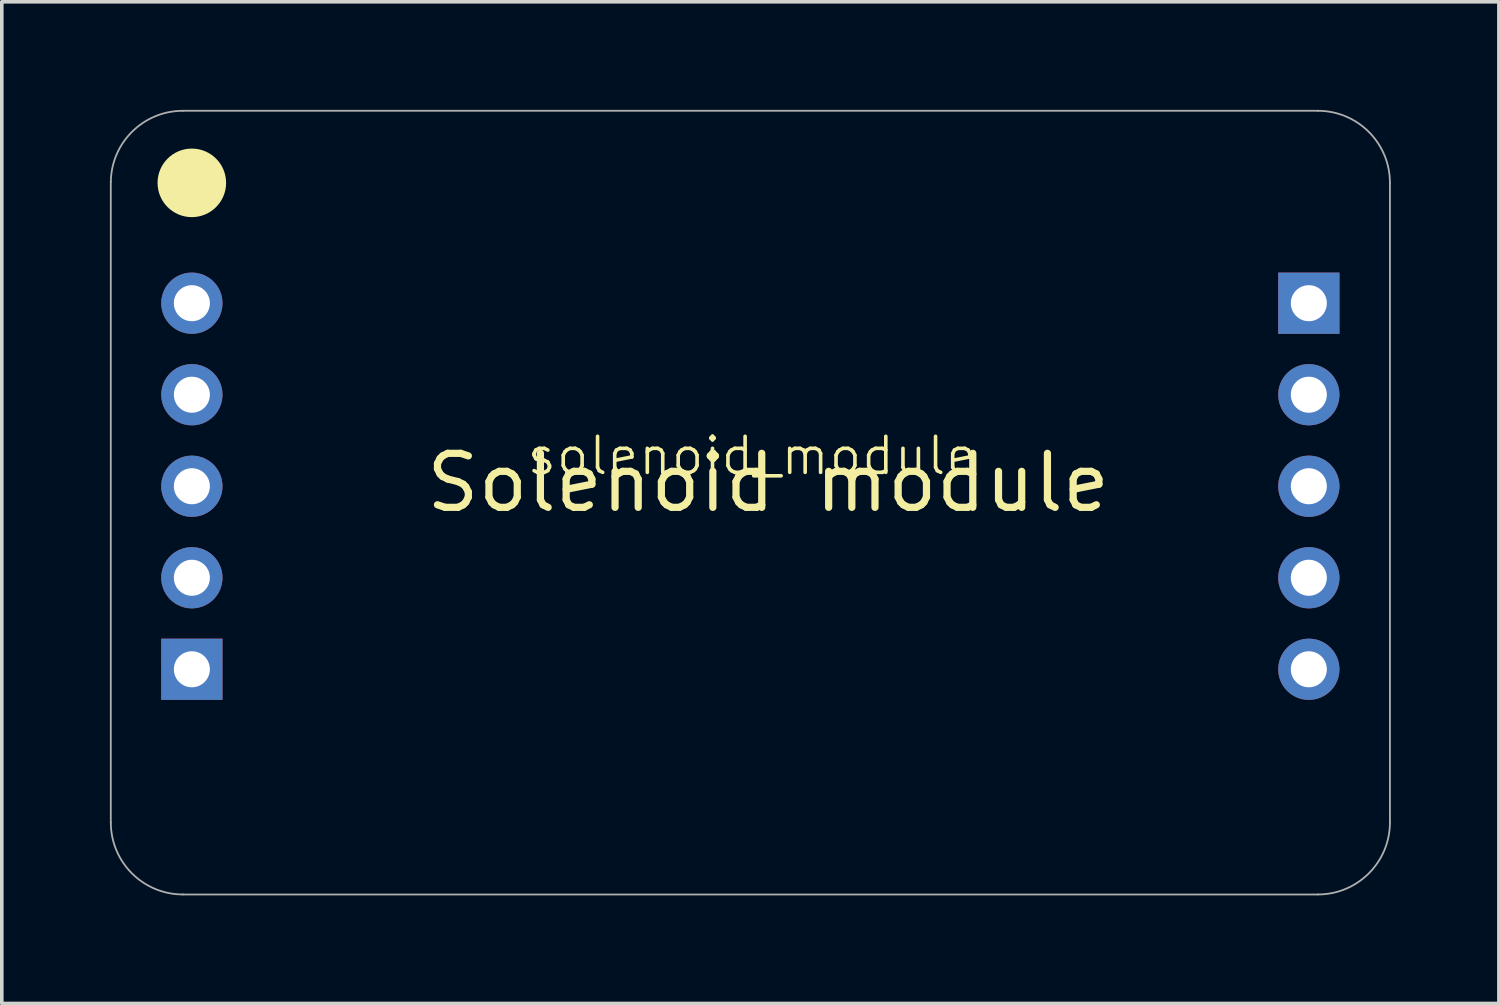
<source format=kicad_pcb>
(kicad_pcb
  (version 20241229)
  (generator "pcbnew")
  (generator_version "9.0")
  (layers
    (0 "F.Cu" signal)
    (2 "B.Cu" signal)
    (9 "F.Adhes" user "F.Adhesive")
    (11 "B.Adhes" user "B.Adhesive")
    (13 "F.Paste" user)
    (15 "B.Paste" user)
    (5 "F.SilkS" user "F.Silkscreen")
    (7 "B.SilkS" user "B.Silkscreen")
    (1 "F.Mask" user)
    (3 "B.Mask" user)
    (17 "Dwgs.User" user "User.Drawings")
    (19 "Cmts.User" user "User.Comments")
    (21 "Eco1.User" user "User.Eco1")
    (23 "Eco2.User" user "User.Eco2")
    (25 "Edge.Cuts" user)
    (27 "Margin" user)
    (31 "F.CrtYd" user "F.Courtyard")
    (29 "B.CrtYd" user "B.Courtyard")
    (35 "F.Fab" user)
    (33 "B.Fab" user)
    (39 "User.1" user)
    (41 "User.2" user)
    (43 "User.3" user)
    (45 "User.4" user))
  (footprint "solenoid_module"
    (layer "F.Cu")
    (at 17.82 10.102)
    (property "Reference" "solenoid_module" (at 0 -0.5 0) (unlocked yes) (layer "F.SilkS") (effects (font (size 1 1) (thickness 0.1))))
    (attr smd)
    (fp_circle (center -15.546 -8.077) (end -14.696 -7.777) (stroke (width 0.1) (type solid)) (fill yes) (layer "F.SilkS"))
    (fp_line (start -17.795 9.673) (end -17.795 -8.102) (stroke (width 0.05) (type solid)) (layer "F.Fab"))
    (fp_line (start -15.795 -10.077) (end 15.706 -10.077) (stroke (width 0.05) (type solid)) (layer "F.Fab"))
    (fp_line (start 15.706 11.673) (end -15.795 11.673) (stroke (width 0.05) (type solid)) (layer "F.Fab"))
    (fp_line (start 17.706 -8.077) (end 17.706 9.673) (stroke (width 0.05) (type solid)) (layer "F.Fab"))
    (fp_arc (start -17.794536 -8.101852) (mid -17.2 -9.5) (end -15.794536 -10.077028) (stroke (width 0.05) (type solid)) (layer "F.Fab"))
    (fp_arc (start -15.794536 11.672816) (mid -17.20875 11.08703) (end -17.794536 9.672816) (stroke (width 0.05) (type solid)) (layer "F.Fab"))
    (fp_arc (start 15.70562 -10.077184) (mid 17.119944 -9.491352) (end 17.705776 -8.077028) (stroke (width 0.05) (type solid)) (layer "F.Fab"))
    (fp_arc (start 17.705776 9.672972) (mid 17.119944 11.087296) (end 15.70562 11.673128) (stroke (width 0.05) (type solid)) (layer "F.Fab"))
    (fp_text user "Solenoid module" (at -9.146 1.123 0) (unlocked yes) (layer "F.SilkS") (effects (font (size 1.5 1.5) (thickness 0.2) (bold yes)) (justify left bottom)))
    (pad "1" thru_hole circle (at -15.545 -4.737) (size 1.7 1.7) (drill 1) (layers "*.Cu" "*.Mask"))
    (pad "2" thru_hole circle (at -15.545 -2.197) (size 1.7 1.7) (drill 1) (layers "*.Cu" "*.Mask"))
    (pad "3" thru_hole circle (at -15.545 0.343) (size 1.7 1.7) (drill 1) (layers "*.Cu" "*.Mask"))
    (pad "4" thru_hole circle (at -15.545 2.883) (size 1.7 1.7) (drill 1) (layers "*.Cu" "*.Mask"))
    (pad "5" thru_hole rect (at -15.545 5.423) (size 1.7 1.7) (drill 1) (layers "*.Cu" "*.Mask"))
    (pad "6" thru_hole circle (at 15.455 5.423 180) (size 1.7 1.7) (drill 1) (layers "*.Cu" "*.Mask"))
    (pad "7" thru_hole circle (at 15.455 2.883 180) (size 1.7 1.7) (drill 1) (layers "*.Cu" "*.Mask"))
    (pad "8" thru_hole circle (at 15.455 0.343 180) (size 1.7 1.7) (drill 1) (layers "*.Cu" "*.Mask"))
    (pad "9" thru_hole circle (at 15.455 -2.197 180) (size 1.7 1.7) (drill 1) (layers "*.Cu" "*.Mask"))
    (pad "10" thru_hole rect (at 15.455 -4.737 180) (size 1.7 1.7) (drill 1) (layers "*.Cu" "*.Mask")))
  (gr_rect
    (start -3 -3)
    (end 38.55 24.8)
    (stroke (width 0.1) (type default))
    (fill no)
    (layer "Edge.Cuts")))
</source>
